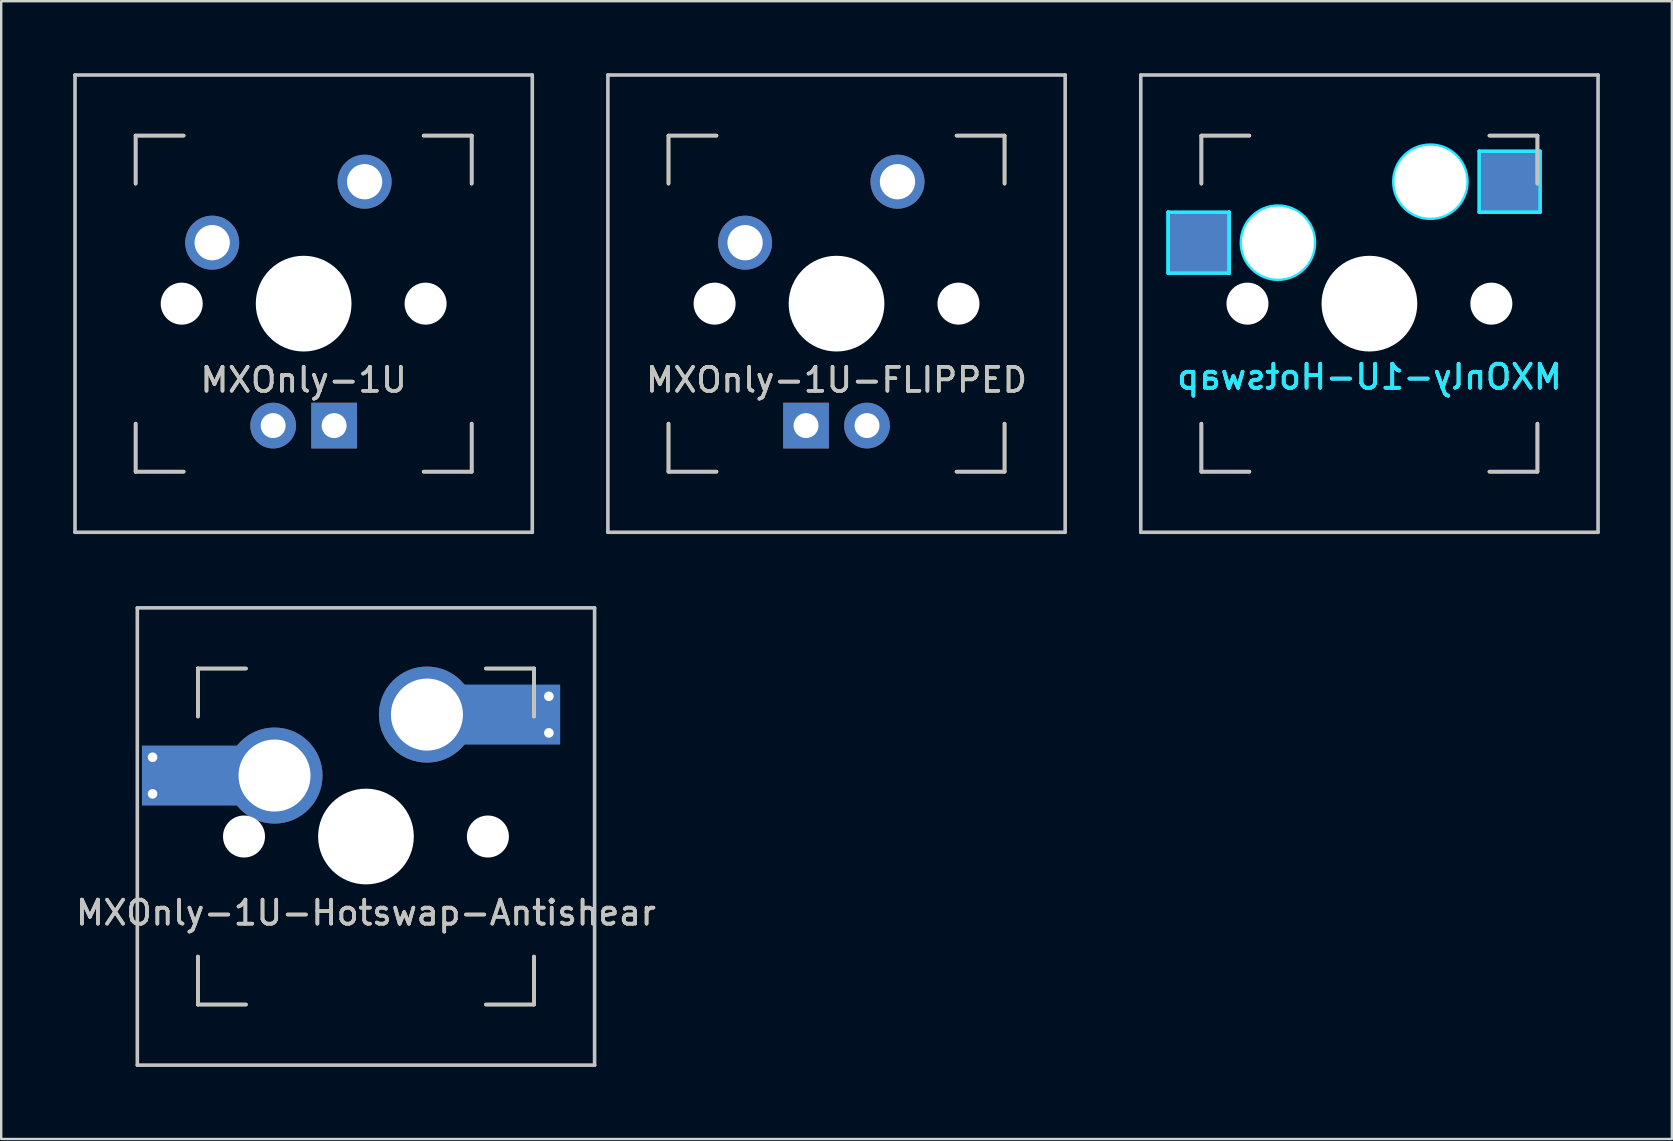
<source format=kicad_pcb>
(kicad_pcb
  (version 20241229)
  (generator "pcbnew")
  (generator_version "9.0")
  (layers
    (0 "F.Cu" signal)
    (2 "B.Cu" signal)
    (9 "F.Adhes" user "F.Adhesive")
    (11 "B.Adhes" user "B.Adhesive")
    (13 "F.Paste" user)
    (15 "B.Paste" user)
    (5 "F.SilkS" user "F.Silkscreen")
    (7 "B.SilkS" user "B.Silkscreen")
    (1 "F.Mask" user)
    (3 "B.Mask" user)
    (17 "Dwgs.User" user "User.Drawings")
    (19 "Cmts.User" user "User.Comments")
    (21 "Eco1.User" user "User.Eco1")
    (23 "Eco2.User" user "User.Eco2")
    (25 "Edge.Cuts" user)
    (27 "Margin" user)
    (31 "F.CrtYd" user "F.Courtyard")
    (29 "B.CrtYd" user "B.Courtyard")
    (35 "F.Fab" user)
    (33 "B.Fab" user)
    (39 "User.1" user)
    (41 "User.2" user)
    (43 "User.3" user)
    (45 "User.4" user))
  (footprint "MXOnly-1U-Hotswap-Antishear"
    (layer "F.Cu")
    (at 12.196 31.8)
    (property "Reference" "MXOnly-1U-Hotswap-Antishear" (at 0 3.175 0) (layer "Dwgs.User") (effects (font (size 1 1) (thickness 0.15))))
    (attr through_hole)
    (fp_line (start -7 -7) (end -7 -5) (stroke (width 0.15) (type solid)) (layer "F.SilkS"))
    (fp_line (start -7 5) (end -7 7) (stroke (width 0.15) (type solid)) (layer "F.SilkS"))
    (fp_line (start -7 7) (end -5 7) (stroke (width 0.15) (type solid)) (layer "F.SilkS"))
    (fp_line (start -5 -7) (end -7 -7) (stroke (width 0.15) (type solid)) (layer "F.SilkS"))
    (fp_line (start 5 -7) (end 7 -7) (stroke (width 0.15) (type solid)) (layer "F.SilkS"))
    (fp_line (start 5 7) (end 7 7) (stroke (width 0.15) (type solid)) (layer "F.SilkS"))
    (fp_line (start 7 -7) (end 7 -5) (stroke (width 0.15) (type solid)) (layer "F.SilkS"))
    (fp_line (start 7 7) (end 7 5) (stroke (width 0.15) (type solid)) (layer "F.SilkS"))
    (fp_line (start -9.525 -9.525) (end 9.525 -9.525) (stroke (width 0.15) (type solid)) (layer "Dwgs.User"))
    (fp_line (start -9.525 9.525) (end -9.525 -9.525) (stroke (width 0.15) (type solid)) (layer "Dwgs.User"))
    (fp_line (start -7 -7) (end -7 -5) (stroke (width 0.15) (type solid)) (layer "Dwgs.User"))
    (fp_line (start -7 5) (end -7 7) (stroke (width 0.15) (type solid)) (layer "Dwgs.User"))
    (fp_line (start -7 7) (end -5 7) (stroke (width 0.15) (type solid)) (layer "Dwgs.User"))
    (fp_line (start -5 -7) (end -7 -7) (stroke (width 0.15) (type solid)) (layer "Dwgs.User"))
    (fp_line (start 5 -7) (end 7 -7) (stroke (width 0.15) (type solid)) (layer "Dwgs.User"))
    (fp_line (start 5 7) (end 7 7) (stroke (width 0.15) (type solid)) (layer "Dwgs.User"))
    (fp_line (start 7 -7) (end 7 -5) (stroke (width 0.15) (type solid)) (layer "Dwgs.User"))
    (fp_line (start 7 7) (end 7 5) (stroke (width 0.15) (type solid)) (layer "Dwgs.User"))
    (fp_line (start 9.525 -9.525) (end 9.525 9.525) (stroke (width 0.15) (type solid)) (layer "Dwgs.User"))
    (fp_line (start 9.525 9.525) (end -9.525 9.525) (stroke (width 0.15) (type solid)) (layer "Dwgs.User"))
    (fp_text user "${REFERENCE}" (at 0 3.175 0) (layer "F.SilkS") (effects (font (size 1 1) (thickness 0.15))))
    (pad "" smd rect (at -7.085 -2.54) (size 2.55 2.5) (layers "B.Mask" "B.Paste"))
    (pad "" np_thru_hole circle (at -5.08 0 48.1) (size 1.75 1.75) (drill 1.75) (layers "*.Cu" "*.Mask"))
    (pad "" np_thru_hole circle (at 0 0) (size 3.988 3.988) (drill 3.988) (layers "*.Cu" "*.Mask"))
    (pad "" np_thru_hole circle (at 5.08 0 48.1) (size 1.75 1.75) (drill 1.75) (layers "*.Cu" "*.Mask"))
    (pad "" smd rect (at 5.815 -5.08) (size 2.55 2.5) (layers "B.Mask" "B.Paste"))
    (pad "1" thru_hole circle (at -8.89 -3.302) (size 0.8 0.8) (drill 0.4) (layers "*.Cu"))
    (pad "1" thru_hole circle (at -8.89 -1.778) (size 0.8 0.8) (drill 0.4) (layers "*.Cu"))
    (pad "1" smd rect (at -7.085 -2.54) (size 4.5 2.5) (layers "B.Cu"))
    (pad "1" thru_hole circle (at -3.81 -2.54) (size 4 4) (drill 3) (layers "*.Cu"))
    (pad "2" thru_hole circle (at 2.54 -5.08) (size 4 4) (drill 3) (layers "*.Cu"))
    (pad "2" smd rect (at 5.842 -5.08) (size 4.5 2.5) (layers "B.Cu"))
    (pad "2" thru_hole circle (at 7.62 -5.842) (size 0.8 0.8) (drill 0.4) (layers "*.Cu"))
    (pad "2" thru_hole circle (at 7.62 -4.318) (size 0.8 0.8) (drill 0.4) (layers "*.Cu")))
  (footprint "MXOnly-1U-Hotswap"
    (layer "F.Cu")
    (at 54 9.6)
    (property "Reference" "MXOnly-1U-Hotswap" (at 0 3.048 0) (layer "B.CrtYd") (effects (font (size 1 1) (thickness 0.15)) (justify mirror)))
    (attr smd)
    (fp_line (start -7 -7) (end -7 -5) (stroke (width 0.15) (type solid)) (layer "F.SilkS"))
    (fp_line (start -7 5) (end -7 7) (stroke (width 0.15) (type solid)) (layer "F.SilkS"))
    (fp_line (start -7 7) (end -5 7) (stroke (width 0.15) (type solid)) (layer "F.SilkS"))
    (fp_line (start -5 -7) (end -7 -7) (stroke (width 0.15) (type solid)) (layer "F.SilkS"))
    (fp_line (start 5 -7) (end 7 -7) (stroke (width 0.15) (type solid)) (layer "F.SilkS"))
    (fp_line (start 5 7) (end 7 7) (stroke (width 0.15) (type solid)) (layer "F.SilkS"))
    (fp_line (start 7 -7) (end 7 -5) (stroke (width 0.15) (type solid)) (layer "F.SilkS"))
    (fp_line (start 7 7) (end 7 5) (stroke (width 0.15) (type solid)) (layer "F.SilkS"))
    (fp_line (start -9.525 -9.525) (end 9.525 -9.525) (stroke (width 0.15) (type solid)) (layer "Dwgs.User"))
    (fp_line (start -9.525 9.525) (end -9.525 -9.525) (stroke (width 0.15) (type solid)) (layer "Dwgs.User"))
    (fp_line (start -7 -7) (end -7 -5) (stroke (width 0.15) (type solid)) (layer "Dwgs.User"))
    (fp_line (start -7 5) (end -7 7) (stroke (width 0.15) (type solid)) (layer "Dwgs.User"))
    (fp_line (start -7 7) (end -5 7) (stroke (width 0.15) (type solid)) (layer "Dwgs.User"))
    (fp_line (start -5 -7) (end -7 -7) (stroke (width 0.15) (type solid)) (layer "Dwgs.User"))
    (fp_line (start 5 -7) (end 7 -7) (stroke (width 0.15) (type solid)) (layer "Dwgs.User"))
    (fp_line (start 5 7) (end 7 7) (stroke (width 0.15) (type solid)) (layer "Dwgs.User"))
    (fp_line (start 7 -7) (end 7 -5) (stroke (width 0.15) (type solid)) (layer "Dwgs.User"))
    (fp_line (start 7 7) (end 7 5) (stroke (width 0.15) (type solid)) (layer "Dwgs.User"))
    (fp_line (start 9.525 -9.525) (end 9.525 9.525) (stroke (width 0.15) (type solid)) (layer "Dwgs.User"))
    (fp_line (start 9.525 9.525) (end -9.525 9.525) (stroke (width 0.15) (type solid)) (layer "Dwgs.User"))
    (fp_line (start -8.382 -3.81) (end -8.382 -1.27) (stroke (width 0.15) (type solid)) (layer "B.CrtYd"))
    (fp_line (start -8.382 -3.81) (end -8.382 -1.27) (stroke (width 0.15) (type solid)) (layer "B.CrtYd"))
    (fp_line (start -8.382 -1.27) (end -5.842 -1.27) (stroke (width 0.15) (type solid)) (layer "B.CrtYd"))
    (fp_line (start -5.842 -3.81) (end -8.382 -3.81) (stroke (width 0.15) (type solid)) (layer "B.CrtYd"))
    (fp_line (start -5.842 -1.27) (end -5.842 -3.81) (stroke (width 0.15) (type solid)) (layer "B.CrtYd"))
    (fp_line (start -5.842 -1.27) (end -5.842 -3.81) (stroke (width 0.15) (type solid)) (layer "B.CrtYd"))
    (fp_line (start 4.572 -6.35) (end 7.112 -6.35) (stroke (width 0.15) (type solid)) (layer "B.CrtYd"))
    (fp_line (start 4.572 -3.81) (end 4.572 -6.35) (stroke (width 0.15) (type solid)) (layer "B.CrtYd"))
    (fp_line (start 7.112 -6.35) (end 7.112 -3.81) (stroke (width 0.15) (type solid)) (layer "B.CrtYd"))
    (fp_line (start 7.112 -3.81) (end 4.572 -3.81) (stroke (width 0.15) (type solid)) (layer "B.CrtYd"))
    (fp_circle (center -3.81 -2.54) (end -3.81 -4.064) (stroke (width 0.15) (type solid)) (fill no) (layer "B.CrtYd"))
    (fp_circle (center 2.54 -5.08) (end 2.54 -6.604) (stroke (width 0.15) (type solid)) (fill no) (layer "B.CrtYd"))
    (fp_text user "${REFERENCE}" (at 0 3.048 0) (layer "B.SilkS") (effects (font (size 1 1) (thickness 0.15)) (justify mirror)))
    (fp_text user "${REFERENCE}" (at 0 3.048 0) (layer "B.CrtYd") (effects (font (size 1 1) (thickness 0.15)) (justify mirror)))
    (pad "" np_thru_hole circle (at -5.08 0 48.1) (size 1.75 1.75) (drill 1.75) (layers "*.Cu" "*.Mask"))
    (pad "" np_thru_hole circle (at -3.81 -2.54) (size 3 3) (drill 3) (layers "*.Cu" "*.Mask"))
    (pad "" np_thru_hole circle (at 0 0) (size 3.988 3.988) (drill 3.988) (layers "*.Cu" "*.Mask"))
    (pad "" np_thru_hole circle (at 2.54 -5.08) (size 3 3) (drill 3) (layers "*.Cu" "*.Mask"))
    (pad "" np_thru_hole circle (at 5.08 0 48.1) (size 1.75 1.75) (drill 1.75) (layers "*.Cu" "*.Mask"))
    (pad "1" smd rect (at -7.085 -2.54) (size 2.55 2.5) (layers "B.Cu" "B.Mask" "B.Paste"))
    (pad "2" smd rect (at 5.842 -5.08) (size 2.55 2.5) (layers "B.Cu" "B.Mask" "B.Paste")))
  (footprint "MXOnly-1U"
    (layer "F.Cu")
    (at 9.6 9.6)
    (property "Reference" "MXOnly-1U" (at 0 3.175 0) (layer "Dwgs.User") (effects (font (size 1 1) (thickness 0.15))))
    (attr through_hole)
    (fp_line (start -7 -7) (end -7 -5) (stroke (width 0.15) (type solid)) (layer "F.SilkS"))
    (fp_line (start -7 5) (end -7 7) (stroke (width 0.15) (type solid)) (layer "F.SilkS"))
    (fp_line (start -7 7) (end -5 7) (stroke (width 0.15) (type solid)) (layer "F.SilkS"))
    (fp_line (start -5 -7) (end -7 -7) (stroke (width 0.15) (type solid)) (layer "F.SilkS"))
    (fp_line (start 5 -7) (end 7 -7) (stroke (width 0.15) (type solid)) (layer "F.SilkS"))
    (fp_line (start 5 7) (end 7 7) (stroke (width 0.15) (type solid)) (layer "F.SilkS"))
    (fp_line (start 7 -7) (end 7 -5) (stroke (width 0.15) (type solid)) (layer "F.SilkS"))
    (fp_line (start 7 7) (end 7 5) (stroke (width 0.15) (type solid)) (layer "F.SilkS"))
    (fp_line (start -9.525 -9.525) (end 9.525 -9.525) (stroke (width 0.15) (type solid)) (layer "Dwgs.User"))
    (fp_line (start -9.525 9.525) (end -9.525 -9.525) (stroke (width 0.15) (type solid)) (layer "Dwgs.User"))
    (fp_line (start -7 -7) (end -7 -5) (stroke (width 0.15) (type solid)) (layer "Dwgs.User"))
    (fp_line (start -7 5) (end -7 7) (stroke (width 0.15) (type solid)) (layer "Dwgs.User"))
    (fp_line (start -7 7) (end -5 7) (stroke (width 0.15) (type solid)) (layer "Dwgs.User"))
    (fp_line (start -5 -7) (end -7 -7) (stroke (width 0.15) (type solid)) (layer "Dwgs.User"))
    (fp_line (start 5 -7) (end 7 -7) (stroke (width 0.15) (type solid)) (layer "Dwgs.User"))
    (fp_line (start 5 7) (end 7 7) (stroke (width 0.15) (type solid)) (layer "Dwgs.User"))
    (fp_line (start 7 -7) (end 7 -5) (stroke (width 0.15) (type solid)) (layer "Dwgs.User"))
    (fp_line (start 7 7) (end 7 5) (stroke (width 0.15) (type solid)) (layer "Dwgs.User"))
    (fp_line (start 9.525 -9.525) (end 9.525 9.525) (stroke (width 0.15) (type solid)) (layer "Dwgs.User"))
    (fp_line (start 9.525 9.525) (end -9.525 9.525) (stroke (width 0.15) (type solid)) (layer "Dwgs.User"))
    (fp_text user "${REFERENCE}" (at 0 3.175 0) (layer "F.SilkS") (effects (font (size 1 1) (thickness 0.15))))
    (pad "" np_thru_hole circle (at -5.08 0 48.1) (size 1.75 1.75) (drill 1.75) (layers "*.Cu" "*.Mask"))
    (pad "" np_thru_hole circle (at 0 0) (size 3.988 3.988) (drill 3.988) (layers "*.Cu" "*.Mask"))
    (pad "" np_thru_hole circle (at 5.08 0 48.1) (size 1.75 1.75) (drill 1.75) (layers "*.Cu" "*.Mask"))
    (pad "1" thru_hole circle (at -3.81 -2.54) (size 2.25 2.25) (drill 1.47) (layers "*.Cu" "B.Mask"))
    (pad "2" thru_hole circle (at 2.54 -5.08) (size 2.25 2.25) (drill 1.47) (layers "*.Cu" "B.Mask"))
    (pad "3" thru_hole circle (at -1.27 5.08) (size 1.905 1.905) (drill 1.04) (layers "*.Cu" "B.Mask"))
    (pad "4" thru_hole rect (at 1.27 5.08) (size 1.905 1.905) (drill 1.04) (layers "*.Cu" "B.Mask")))
  (footprint "MXOnly-1U-FLIPPED"
    (layer "F.Cu")
    (at 31.8 9.6)
    (property "Reference" "MXOnly-1U-FLIPPED" (at 0 3.175 0) (layer "Dwgs.User") (effects (font (size 1 1) (thickness 0.15))))
    (attr through_hole)
    (fp_line (start -7 -7) (end -7 -5) (stroke (width 0.15) (type solid)) (layer "F.SilkS"))
    (fp_line (start -7 5) (end -7 7) (stroke (width 0.15) (type solid)) (layer "F.SilkS"))
    (fp_line (start -7 7) (end -5 7) (stroke (width 0.15) (type solid)) (layer "F.SilkS"))
    (fp_line (start -5 -7) (end -7 -7) (stroke (width 0.15) (type solid)) (layer "F.SilkS"))
    (fp_line (start 5 -7) (end 7 -7) (stroke (width 0.15) (type solid)) (layer "F.SilkS"))
    (fp_line (start 5 7) (end 7 7) (stroke (width 0.15) (type solid)) (layer "F.SilkS"))
    (fp_line (start 7 -7) (end 7 -5) (stroke (width 0.15) (type solid)) (layer "F.SilkS"))
    (fp_line (start 7 7) (end 7 5) (stroke (width 0.15) (type solid)) (layer "F.SilkS"))
    (fp_line (start -9.525 -9.525) (end 9.525 -9.525) (stroke (width 0.15) (type solid)) (layer "Dwgs.User"))
    (fp_line (start -9.525 9.525) (end -9.525 -9.525) (stroke (width 0.15) (type solid)) (layer "Dwgs.User"))
    (fp_line (start -7 -7) (end -7 -5) (stroke (width 0.15) (type solid)) (layer "Dwgs.User"))
    (fp_line (start -7 5) (end -7 7) (stroke (width 0.15) (type solid)) (layer "Dwgs.User"))
    (fp_line (start -7 7) (end -5 7) (stroke (width 0.15) (type solid)) (layer "Dwgs.User"))
    (fp_line (start -5 -7) (end -7 -7) (stroke (width 0.15) (type solid)) (layer "Dwgs.User"))
    (fp_line (start 5 -7) (end 7 -7) (stroke (width 0.15) (type solid)) (layer "Dwgs.User"))
    (fp_line (start 5 7) (end 7 7) (stroke (width 0.15) (type solid)) (layer "Dwgs.User"))
    (fp_line (start 7 -7) (end 7 -5) (stroke (width 0.15) (type solid)) (layer "Dwgs.User"))
    (fp_line (start 7 7) (end 7 5) (stroke (width 0.15) (type solid)) (layer "Dwgs.User"))
    (fp_line (start 9.525 -9.525) (end 9.525 9.525) (stroke (width 0.15) (type solid)) (layer "Dwgs.User"))
    (fp_line (start 9.525 9.525) (end -9.525 9.525) (stroke (width 0.15) (type solid)) (layer "Dwgs.User"))
    (fp_text user "${REFERENCE}" (at 0 3.175 0) (layer "F.SilkS") (effects (font (size 1 1) (thickness 0.15))))
    (pad "" np_thru_hole circle (at -5.08 0 48.1) (size 1.75 1.75) (drill 1.75) (layers "*.Cu" "*.Mask"))
    (pad "" np_thru_hole circle (at 0 0) (size 3.988 3.988) (drill 3.988) (layers "*.Cu" "*.Mask"))
    (pad "" np_thru_hole circle (at 5.08 0 48.1) (size 1.75 1.75) (drill 1.75) (layers "*.Cu" "*.Mask"))
    (pad "1" thru_hole circle (at -3.81 -2.54) (size 2.25 2.25) (drill 1.47) (layers "*.Cu" "B.Mask"))
    (pad "2" thru_hole circle (at 2.54 -5.08) (size 2.25 2.25) (drill 1.47) (layers "*.Cu" "B.Mask"))
    (pad "3" thru_hole circle (at 1.27 5.08) (size 1.905 1.905) (drill 1.04) (layers "*.Cu" "B.Mask"))
    (pad "4" thru_hole rect (at -1.27 5.08) (size 1.905 1.905) (drill 1.04) (layers "*.Cu" "B.Mask")))
  (gr_rect
    (start -3 -3)
    (end 66.6 44.4)
    (stroke (width 0.1) (type default))
    (fill no)
    (layer "Edge.Cuts")))
</source>
